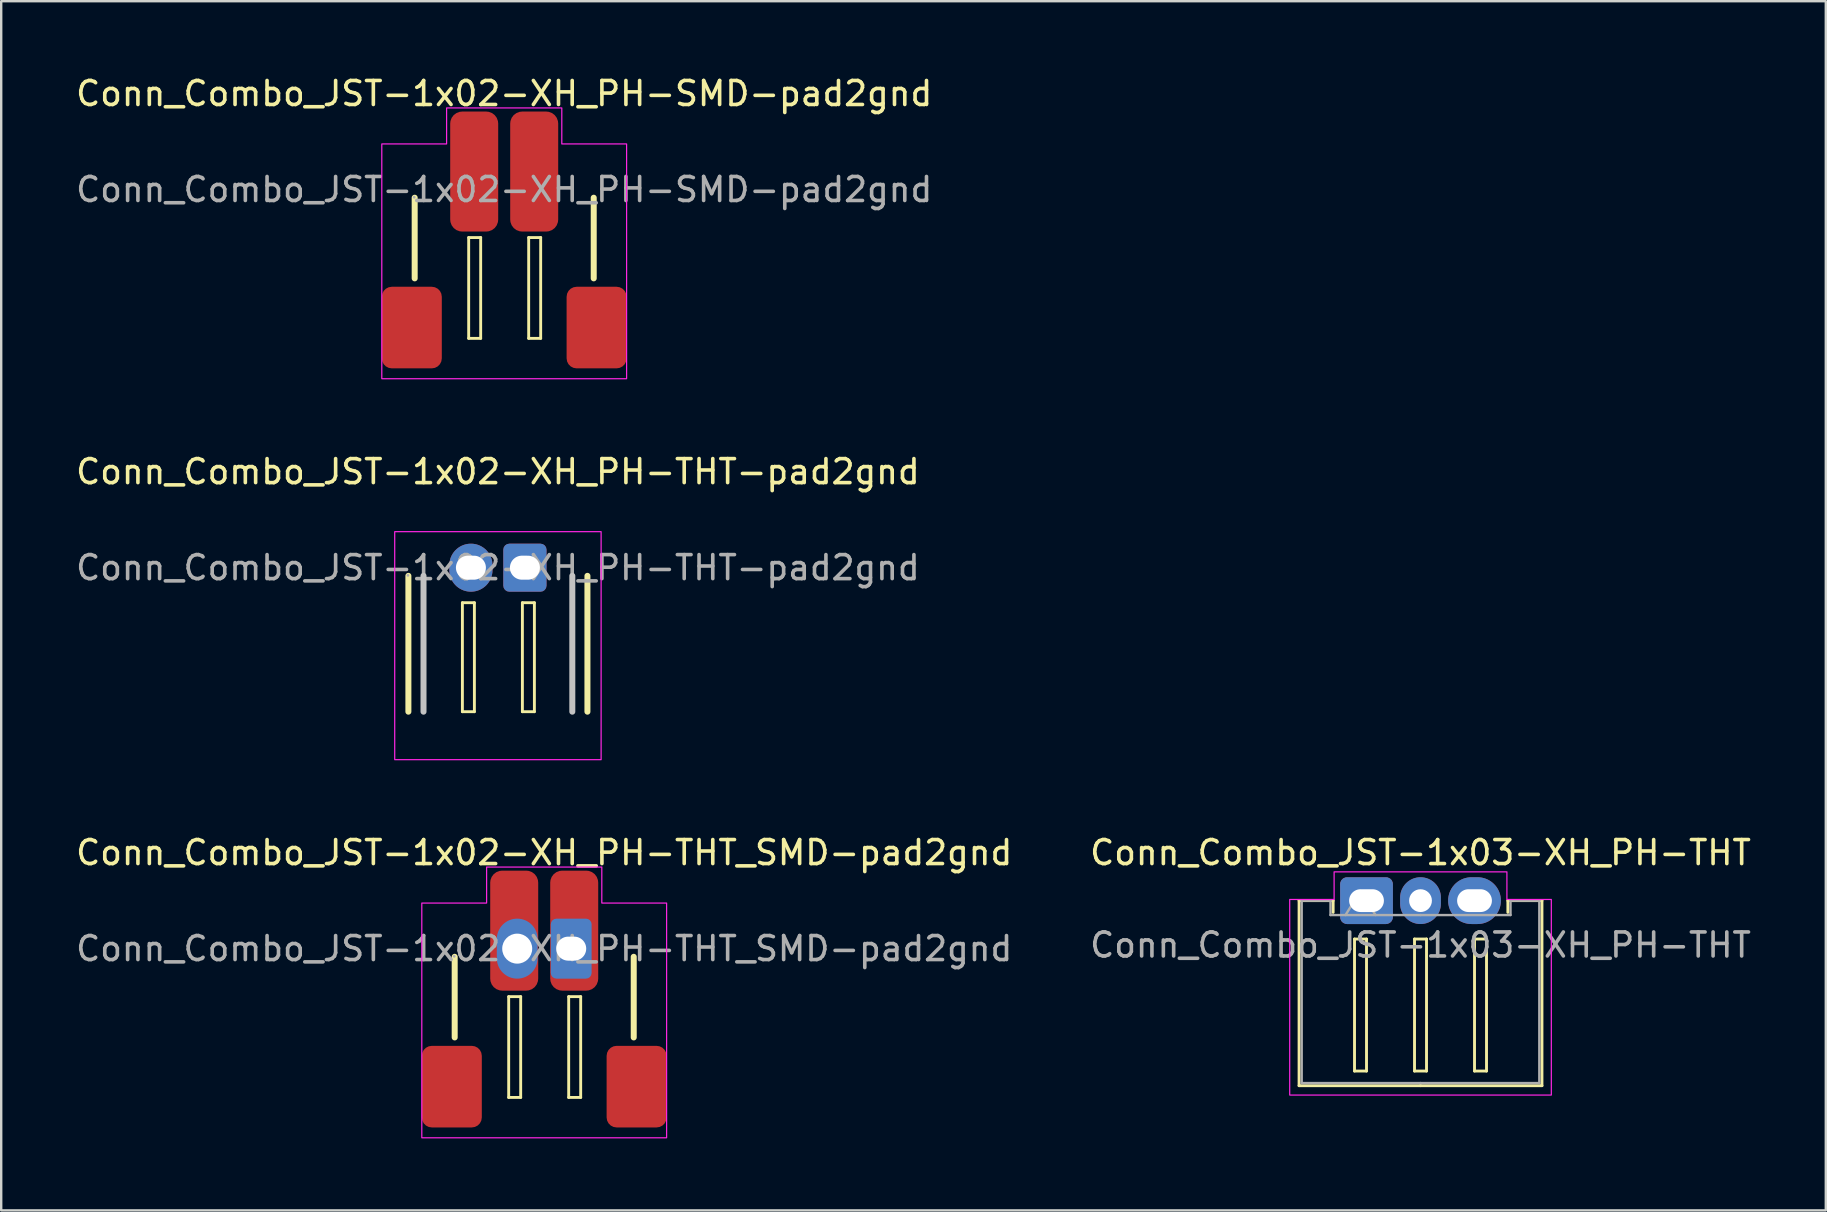
<source format=kicad_pcb>
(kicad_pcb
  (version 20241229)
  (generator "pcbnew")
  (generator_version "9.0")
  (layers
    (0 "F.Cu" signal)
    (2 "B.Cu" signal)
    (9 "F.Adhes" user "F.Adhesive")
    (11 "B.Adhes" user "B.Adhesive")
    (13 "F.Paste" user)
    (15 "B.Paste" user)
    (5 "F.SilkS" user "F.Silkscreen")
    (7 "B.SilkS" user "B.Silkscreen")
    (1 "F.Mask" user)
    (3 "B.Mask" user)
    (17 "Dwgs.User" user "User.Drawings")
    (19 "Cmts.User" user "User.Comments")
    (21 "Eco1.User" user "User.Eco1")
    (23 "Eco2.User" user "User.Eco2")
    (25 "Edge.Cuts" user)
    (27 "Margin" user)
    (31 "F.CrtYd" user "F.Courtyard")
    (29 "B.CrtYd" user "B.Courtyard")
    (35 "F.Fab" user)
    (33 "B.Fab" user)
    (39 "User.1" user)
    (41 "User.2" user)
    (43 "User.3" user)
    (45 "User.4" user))
  (footprint "Conn_Combo_JST-1x02-XH_PH-THT-pad2gnd"
    (layer "F.Cu")
    (at 17.696 20.603)
    (property "Reference" "Conn_Combo_JST-1x02-XH_PH-THT-pad2gnd" (at 0 -4 0) (layer "F.SilkS") (effects (font (size 1 1) (thickness 0.15))))
    (attr through_hole)
    (fp_line (start -3.73 0.34) (end -3.73 6) (stroke (width 0.25) (type solid)) (layer "F.SilkS"))
    (fp_line (start -1.48 1.46) (end -1.48 6) (stroke (width 0.12) (type solid)) (layer "F.SilkS"))
    (fp_line (start -1.48 6) (end -0.98 6) (stroke (width 0.12) (type solid)) (layer "F.SilkS"))
    (fp_line (start -0.98 1.46) (end -1.48 1.46) (stroke (width 0.12) (type solid)) (layer "F.SilkS"))
    (fp_line (start -0.98 6) (end -0.98 1.46) (stroke (width 0.12) (type solid)) (layer "F.SilkS"))
    (fp_line (start 1.02 1.46) (end 1.02 6) (stroke (width 0.12) (type solid)) (layer "F.SilkS"))
    (fp_line (start 1.02 6) (end 1.52 6) (stroke (width 0.12) (type solid)) (layer "F.SilkS"))
    (fp_line (start 1.52 1.46) (end 1.02 1.46) (stroke (width 0.12) (type solid)) (layer "F.SilkS"))
    (fp_line (start 1.52 6) (end 1.52 1.46) (stroke (width 0.12) (type solid)) (layer "F.SilkS"))
    (fp_line (start 3.73 0.34) (end 3.73 6) (stroke (width 0.25) (type solid)) (layer "F.SilkS"))
    (fp_line (start -3.1 0.34) (end -3.1 6) (stroke (width 0.25) (type solid)) (layer "Dwgs.User"))
    (fp_line (start 3.1 0.34) (end 3.1 6) (stroke (width 0.25) (type solid)) (layer "Dwgs.User"))
    (fp_rect (start -4.3 -1.5) (end 4.3 8) (stroke (width 0.05) (type default)) (fill no) (layer "F.CrtYd"))
    (fp_circle (center -3.75 0.32) (end -3.72 0.32) (stroke (width 0.06) (type solid)) (fill no) (layer "F.Fab"))
    (fp_text user "${REFERENCE}" (at 0 0 0) (layer "F.Fab") (effects (font (size 1 1) (thickness 0.15))))
    (pad "1" thru_hole oval (at -1.125 0) (size 1.8 2) (drill oval 1.25 1) (layers "*.Cu" "*.Mask"))
    (pad "2" thru_hole roundrect (at 1.125 0) (size 1.8 2) (drill oval 1.25 1) (layers "*.Cu" "*.Mask") (roundrect_rratio 0.139)))
  (footprint "Conn_Combo_JST-1x03-XH_PH-THT"
    (layer "F.Cu")
    (at 53.637 34.476)
    (property "Reference" "Conn_Combo_JST-1x03-XH_PH-THT" (at 2.5 -2 0) (layer "F.SilkS") (effects (font (size 1 1) (thickness 0.15))))
    (attr through_hole)
    (fp_line (start -2.56 0) (end -1.14 0) (stroke (width 0.12) (type solid)) (layer "F.SilkS"))
    (fp_line (start -2.56 7.71) (end -2.56 0) (stroke (width 0.12) (type solid)) (layer "F.SilkS"))
    (fp_line (start -1.14 0) (end -1.14 0.49) (stroke (width 0.12) (type solid)) (layer "F.SilkS"))
    (fp_line (start -0.25 1.6) (end -0.25 7.1) (stroke (width 0.12) (type solid)) (layer "F.SilkS"))
    (fp_line (start -0.25 7.1) (end 0.25 7.1) (stroke (width 0.12) (type solid)) (layer "F.SilkS"))
    (fp_line (start 0.25 1.6) (end -0.25 1.6) (stroke (width 0.12) (type solid)) (layer "F.SilkS"))
    (fp_line (start 0.25 7.1) (end 0.25 1.6) (stroke (width 0.12) (type solid)) (layer "F.SilkS"))
    (fp_line (start 2.25 1.6) (end 2.25 7.1) (stroke (width 0.12) (type solid)) (layer "F.SilkS"))
    (fp_line (start 2.25 7.1) (end 2.75 7.1) (stroke (width 0.12) (type solid)) (layer "F.SilkS"))
    (fp_line (start 2.5 7.71) (end -2.56 7.71) (stroke (width 0.12) (type solid)) (layer "F.SilkS"))
    (fp_line (start 2.5 7.71) (end 7.56 7.71) (stroke (width 0.12) (type solid)) (layer "F.SilkS"))
    (fp_line (start 2.75 1.6) (end 2.25 1.6) (stroke (width 0.12) (type solid)) (layer "F.SilkS"))
    (fp_line (start 2.75 7.1) (end 2.75 1.6) (stroke (width 0.12) (type solid)) (layer "F.SilkS"))
    (fp_line (start 4.75 1.6) (end 4.75 7.1) (stroke (width 0.12) (type solid)) (layer "F.SilkS"))
    (fp_line (start 4.75 7.1) (end 5.25 7.1) (stroke (width 0.12) (type solid)) (layer "F.SilkS"))
    (fp_line (start 5.25 1.6) (end 4.75 1.6) (stroke (width 0.12) (type solid)) (layer "F.SilkS"))
    (fp_line (start 5.25 7.1) (end 5.25 1.6) (stroke (width 0.12) (type solid)) (layer "F.SilkS"))
    (fp_line (start 6.14 0) (end 6.14 0.49) (stroke (width 0.12) (type solid)) (layer "F.SilkS"))
    (fp_line (start 7.56 0) (end 6.14 0) (stroke (width 0.12) (type solid)) (layer "F.SilkS"))
    (fp_line (start 7.56 7.71) (end 7.56 0) (stroke (width 0.12) (type solid)) (layer "F.SilkS"))
    (fp_poly (pts (xy -2.95 8.1) (xy 7.95 8.1) (xy 7.95 -0.05) (xy 6.1 -0.05) (xy 6.1 -0.95) (xy 6.1 -1.2) (xy -1.1 -1.2) (xy -1.1 -0.05) (xy -2.95 -0.05)) (stroke (width 0.05) (type solid)) (fill no) (layer "F.CrtYd"))
    (fp_line (start -2.45 0) (end -1.25 0) (stroke (width 0.1) (type solid)) (layer "F.Fab"))
    (fp_line (start -2.45 7.6) (end -2.45 0) (stroke (width 0.1) (type solid)) (layer "F.Fab"))
    (fp_line (start -1.25 0) (end -1.25 0.6) (stroke (width 0.1) (type solid)) (layer "F.Fab"))
    (fp_line (start -1.25 0.6) (end 2.5 0.6) (stroke (width 0.1) (type solid)) (layer "F.Fab"))
    (fp_line (start -0.625 0.6) (end 0 -0.4) (stroke (width 0.1) (type solid)) (layer "F.Fab"))
    (fp_line (start 0 -0.4) (end 0.625 0.6) (stroke (width 0.1) (type solid)) (layer "F.Fab"))
    (fp_line (start 2.5 7.6) (end -2.45 7.6) (stroke (width 0.1) (type solid)) (layer "F.Fab"))
    (fp_line (start 2.5 7.6) (end 7.45 7.6) (stroke (width 0.1) (type solid)) (layer "F.Fab"))
    (fp_line (start 6.25 0) (end 6.25 0.6) (stroke (width 0.1) (type solid)) (layer "F.Fab"))
    (fp_line (start 6.25 0.6) (end 2.5 0.6) (stroke (width 0.1) (type solid)) (layer "F.Fab"))
    (fp_line (start 7.45 0) (end 6.25 0) (stroke (width 0.1) (type solid)) (layer "F.Fab"))
    (fp_line (start 7.45 7.6) (end 7.45 0) (stroke (width 0.1) (type solid)) (layer "F.Fab"))
    (fp_text user "${REFERENCE}" (at 2.5 1.85 0) (layer "F.Fab") (effects (font (size 1 1) (thickness 0.15))))
    (pad "1" thru_hole roundrect (at 0.25 0) (size 2.2 1.95) (drill oval 1.45 0.95) (layers "*.Cu" "*.Mask") (roundrect_rratio 0.147))
    (pad "2" thru_hole oval (at 2.5 0) (size 1.7 1.95) (drill 0.95) (layers "*.Cu" "*.Mask"))
    (pad "3" thru_hole oval (at 4.75 0) (size 2.2 1.95) (drill oval 1.45 0.95) (layers "*.Cu" "*.Mask")))
  (footprint "Conn_Combo_JST-1x02-XH_PH-THT_SMD-pad2gnd"
    (layer "F.Cu")
    (at 19.625 36.476)
    (property "Reference" "Conn_Combo_JST-1x02-XH_PH-THT_SMD-pad2gnd" (at 0 -4 0) (layer "F.SilkS") (effects (font (size 1 1) (thickness 0.15))))
    (attr through_hole)
    (fp_line (start -3.73 0.34) (end -3.73 3.7) (stroke (width 0.25) (type solid)) (layer "F.SilkS"))
    (fp_line (start -1.48 2) (end -1.48 6.2) (stroke (width 0.12) (type solid)) (layer "F.SilkS"))
    (fp_line (start -1.48 6.2) (end -0.98 6.2) (stroke (width 0.12) (type solid)) (layer "F.SilkS"))
    (fp_line (start -0.98 2) (end -1.48 2) (stroke (width 0.12) (type solid)) (layer "F.SilkS"))
    (fp_line (start -0.98 6.2) (end -0.98 2) (stroke (width 0.12) (type solid)) (layer "F.SilkS"))
    (fp_line (start 1.02 2) (end 1.02 6.2) (stroke (width 0.12) (type solid)) (layer "F.SilkS"))
    (fp_line (start 1.02 6.2) (end 1.52 6.2) (stroke (width 0.12) (type solid)) (layer "F.SilkS"))
    (fp_line (start 1.52 2) (end 1.02 2) (stroke (width 0.12) (type solid)) (layer "F.SilkS"))
    (fp_line (start 1.52 6.2) (end 1.52 2) (stroke (width 0.12) (type solid)) (layer "F.SilkS"))
    (fp_line (start 3.73 0.34) (end 3.73 3.7) (stroke (width 0.25) (type solid)) (layer "F.SilkS"))
    (fp_poly (pts (xy -5.1 7.881) (xy 5.1 7.881) (xy 5.1 -1.9) (xy 2.4 -1.9) (xy 2.4 -3.4) (xy -2.4 -3.4) (xy -2.4 -1.9) (xy -5.1 -1.9)) (stroke (width 0.05) (type solid)) (fill no) (layer "F.CrtYd"))
    (fp_circle (center -3.75 0.32) (end -3.72 0.32) (stroke (width 0.06) (type solid)) (fill no) (layer "F.Fab"))
    (fp_text user "${REFERENCE}" (at 0 0 0) (layer "F.Fab") (effects (font (size 1 1) (thickness 0.15))))
    (pad "1" smd roundrect (at -1.25 -0.75) (size 2 5) (layers "F.Cu" "F.Mask" "F.Paste") (roundrect_rratio 0.25))
    (pad "1" thru_hole oval (at -1.125 0) (size 1.7 2.5) (drill 1.25 1) (layers "*.Cu" "*.Mask"))
    (pad "2" thru_hole roundrect (at 1.125 0) (size 1.7 2.5) (drill oval 1.25 1) (layers "*.Cu" "*.Mask") (roundrect_rratio 0.139))
    (pad "2" smd roundrect (at 1.25 -0.75) (size 2 5) (layers "F.Cu" "F.Mask" "F.Paste") (roundrect_rratio 0.25))
    (pad "MP" smd roundrect (at -3.85 5.75) (size 2.5 3.4) (layers "F.Cu" "F.Mask" "F.Paste") (roundrect_rratio 0.167))
    (pad "MP" smd roundrect (at 3.85 5.75) (size 2.5 3.4) (layers "F.Cu" "F.Mask" "F.Paste") (roundrect_rratio 0.167)))
  (footprint "Conn_Combo_JST-1x02-XH_PH-SMD-pad2gnd"
    (layer "F.Cu")
    (at 17.958 4.848)
    (property "Reference" "Conn_Combo_JST-1x02-XH_PH-SMD-pad2gnd" (at 0 -4 0) (layer "F.SilkS") (effects (font (size 1 1) (thickness 0.15))))
    (attr smd)
    (fp_line (start -3.73 0.34) (end -3.73 3.7) (stroke (width 0.25) (type solid)) (layer "F.SilkS"))
    (fp_line (start -1.48 2) (end -1.48 6.2) (stroke (width 0.12) (type solid)) (layer "F.SilkS"))
    (fp_line (start -1.48 6.2) (end -0.98 6.2) (stroke (width 0.12) (type solid)) (layer "F.SilkS"))
    (fp_line (start -0.98 2) (end -1.48 2) (stroke (width 0.12) (type solid)) (layer "F.SilkS"))
    (fp_line (start -0.98 6.2) (end -0.98 2) (stroke (width 0.12) (type solid)) (layer "F.SilkS"))
    (fp_line (start 1.02 2) (end 1.02 6.2) (stroke (width 0.12) (type solid)) (layer "F.SilkS"))
    (fp_line (start 1.02 6.2) (end 1.52 6.2) (stroke (width 0.12) (type solid)) (layer "F.SilkS"))
    (fp_line (start 1.52 2) (end 1.02 2) (stroke (width 0.12) (type solid)) (layer "F.SilkS"))
    (fp_line (start 1.52 6.2) (end 1.52 2) (stroke (width 0.12) (type solid)) (layer "F.SilkS"))
    (fp_line (start 3.73 0.34) (end 3.73 3.7) (stroke (width 0.25) (type solid)) (layer "F.SilkS"))
    (fp_poly (pts (xy -5.1 7.881) (xy 5.1 7.881) (xy 5.1 -1.9) (xy 2.4 -1.9) (xy 2.4 -3.4) (xy -2.4 -3.4) (xy -2.4 -1.9) (xy -5.1 -1.9)) (stroke (width 0.05) (type solid)) (fill no) (layer "F.CrtYd"))
    (fp_circle (center -3.75 0.32) (end -3.72 0.32) (stroke (width 0.06) (type solid)) (fill no) (layer "F.Fab"))
    (fp_text user "${REFERENCE}" (at 0 0 0) (layer "F.Fab") (effects (font (size 1 1) (thickness 0.15))))
    (pad "1" smd roundrect (at -1.25 -0.75) (size 2 5) (layers "F.Cu" "F.Mask" "F.Paste") (roundrect_rratio 0.25))
    (pad "2" smd roundrect (at 1.25 -0.75) (size 2 5) (layers "F.Cu" "F.Mask" "F.Paste") (roundrect_rratio 0.25))
    (pad "MP" smd roundrect (at -3.85 5.75) (size 2.5 3.4) (layers "F.Cu" "F.Mask" "F.Paste") (roundrect_rratio 0.167))
    (pad "MP" smd roundrect (at 3.85 5.75) (size 2.5 3.4) (layers "F.Cu" "F.Mask" "F.Paste") (roundrect_rratio 0.167)))
  (gr_rect
    (start -3 -3)
    (end 73.024 47.382)
    (stroke (width 0.1) (type default))
    (fill no)
    (layer "Edge.Cuts")))
</source>
